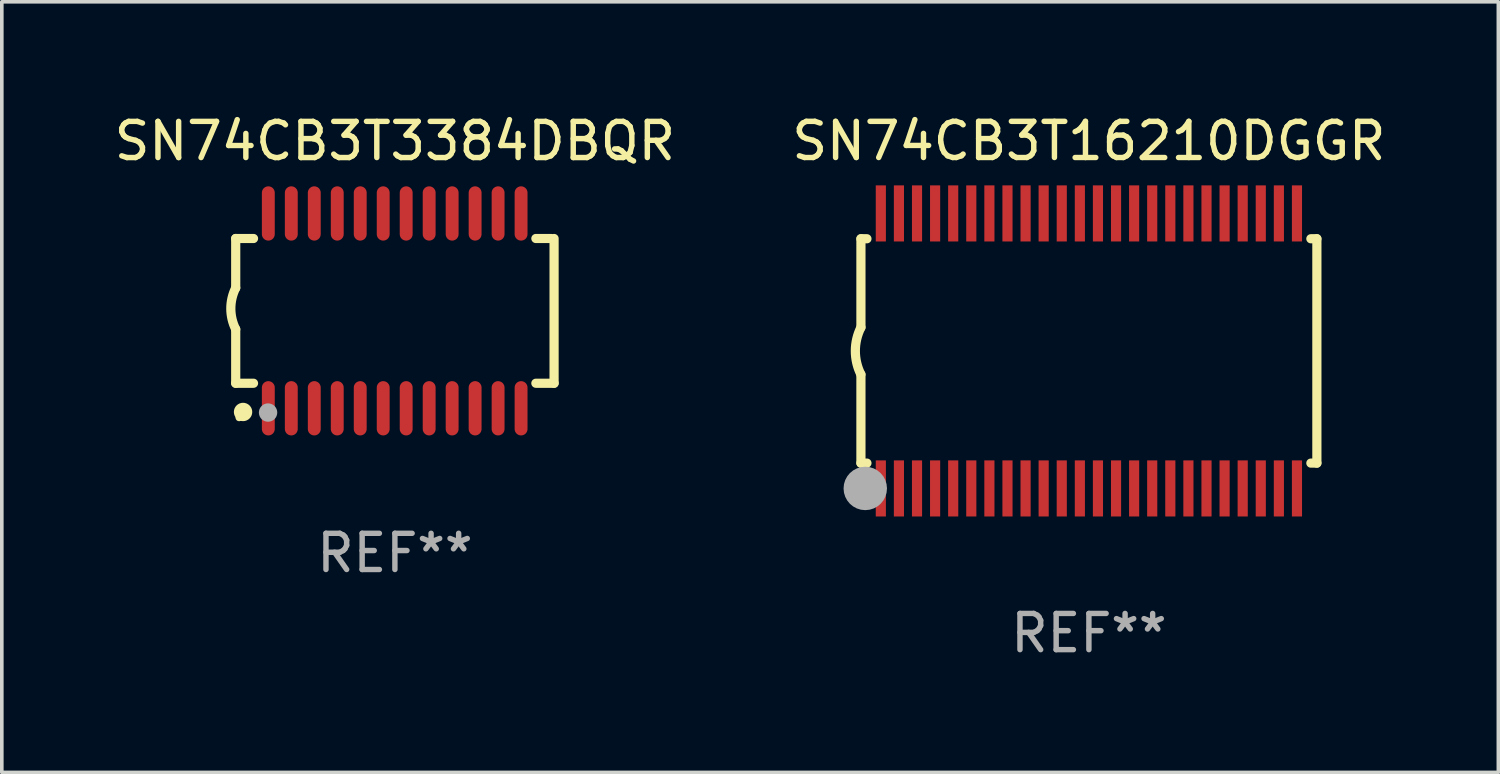
<source format=kicad_pcb>
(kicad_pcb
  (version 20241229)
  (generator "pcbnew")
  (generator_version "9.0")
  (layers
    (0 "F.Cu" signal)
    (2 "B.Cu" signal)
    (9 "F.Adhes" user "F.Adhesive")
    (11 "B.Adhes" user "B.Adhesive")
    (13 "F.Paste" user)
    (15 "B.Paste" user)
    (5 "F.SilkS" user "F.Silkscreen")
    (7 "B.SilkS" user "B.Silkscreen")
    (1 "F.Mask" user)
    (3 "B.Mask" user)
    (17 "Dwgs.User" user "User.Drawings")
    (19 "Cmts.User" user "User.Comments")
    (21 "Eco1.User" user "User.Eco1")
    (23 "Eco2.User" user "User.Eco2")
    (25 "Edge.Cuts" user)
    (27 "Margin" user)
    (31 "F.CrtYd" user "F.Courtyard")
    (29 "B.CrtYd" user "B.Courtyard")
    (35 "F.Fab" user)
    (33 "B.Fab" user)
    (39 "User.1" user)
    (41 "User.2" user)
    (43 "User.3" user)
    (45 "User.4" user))
  (footprint "SN74CB3T16210DGGR"
    (layer "F.Cu")
    (at 27.042 6.648)
    (property "Reference" "SN74CB3T16210DGGR" (at 0 -5.8 0) (layer "F.SilkS") (effects (font (size 1 1) (thickness 0.15))))
    (attr through_hole)
    (fp_line (start -6.3 -3.1) (end -6.3 -0.65) (stroke (width 0.254) (type solid)) (layer "F.SilkS"))
    (fp_line (start -6.3 -3.1) (end -6.134 -3.1) (stroke (width 0.254) (type solid)) (layer "F.SilkS"))
    (fp_line (start -6.3 3.1) (end -6.3 0.65) (stroke (width 0.254) (type solid)) (layer "F.SilkS"))
    (fp_line (start -6.3 3.1) (end -6.134 3.1) (stroke (width 0.254) (type solid)) (layer "F.SilkS"))
    (fp_line (start 6.134 -3.1) (end 6.3 -3.1) (stroke (width 0.254) (type solid)) (layer "F.SilkS"))
    (fp_line (start 6.134 3.1) (end 6.3 3.1) (stroke (width 0.254) (type solid)) (layer "F.SilkS"))
    (fp_line (start 6.3 -3.1) (end 6.3 3.1) (stroke (width 0.254) (type solid)) (layer "F.SilkS"))
    (fp_arc (start -6.301016 0.650114) (mid -6.45413 -0.000082) (end -6.3 -0.650038) (stroke (width 0.254001) (type solid)) (layer "F.SilkS"))
    (fp_circle (center -6.35 3.81) (end -6.223 3.81) (stroke (width 0.254) (type solid)) (fill no) (layer "F.SilkS"))
    (fp_circle (center -6.25 4.05) (end -6.22 4.05) (stroke (width 0.06) (type solid)) (fill no) (layer "F.SilkS"))
    (fp_circle (center -6.18 3.8) (end -5.88 3.8) (stroke (width 0.6) (type solid)) (fill no) (layer "F.Fab"))
    (fp_text user "REF**" (at 0 7.8 0) (layer "F.Fab") (effects (font (size 1 1) (thickness 0.15))))
    (pad "1" smd rect (at -5.75 3.8) (size 0.28 1.55) (layers "F.Cu" "F.Mask" "F.Paste"))
    (pad "2" smd rect (at -5.25 3.8) (size 0.28 1.55) (layers "F.Cu" "F.Mask" "F.Paste"))
    (pad "3" smd rect (at -4.75 3.8) (size 0.28 1.55) (layers "F.Cu" "F.Mask" "F.Paste"))
    (pad "4" smd rect (at -4.25 3.8) (size 0.28 1.55) (layers "F.Cu" "F.Mask" "F.Paste"))
    (pad "5" smd rect (at -3.75 3.8) (size 0.28 1.55) (layers "F.Cu" "F.Mask" "F.Paste"))
    (pad "6" smd rect (at -3.25 3.8) (size 0.28 1.55) (layers "F.Cu" "F.Mask" "F.Paste"))
    (pad "7" smd rect (at -2.75 3.8) (size 0.28 1.55) (layers "F.Cu" "F.Mask" "F.Paste"))
    (pad "8" smd rect (at -2.25 3.8) (size 0.28 1.55) (layers "F.Cu" "F.Mask" "F.Paste"))
    (pad "9" smd rect (at -1.75 3.8) (size 0.28 1.55) (layers "F.Cu" "F.Mask" "F.Paste"))
    (pad "10" smd rect (at -1.25 3.8) (size 0.28 1.55) (layers "F.Cu" "F.Mask" "F.Paste"))
    (pad "11" smd rect (at -0.75 3.8) (size 0.28 1.55) (layers "F.Cu" "F.Mask" "F.Paste"))
    (pad "12" smd rect (at -0.25 3.8) (size 0.28 1.55) (layers "F.Cu" "F.Mask" "F.Paste"))
    (pad "13" smd rect (at 0.25 3.8) (size 0.28 1.55) (layers "F.Cu" "F.Mask" "F.Paste"))
    (pad "14" smd rect (at 0.75 3.8) (size 0.28 1.55) (layers "F.Cu" "F.Mask" "F.Paste"))
    (pad "15" smd rect (at 1.25 3.8) (size 0.28 1.55) (layers "F.Cu" "F.Mask" "F.Paste"))
    (pad "16" smd rect (at 1.75 3.8) (size 0.28 1.55) (layers "F.Cu" "F.Mask" "F.Paste"))
    (pad "17" smd rect (at 2.25 3.8) (size 0.28 1.55) (layers "F.Cu" "F.Mask" "F.Paste"))
    (pad "18" smd rect (at 2.75 3.8) (size 0.28 1.55) (layers "F.Cu" "F.Mask" "F.Paste"))
    (pad "19" smd rect (at 3.25 3.8) (size 0.28 1.55) (layers "F.Cu" "F.Mask" "F.Paste"))
    (pad "20" smd rect (at 3.75 3.8) (size 0.28 1.55) (layers "F.Cu" "F.Mask" "F.Paste"))
    (pad "21" smd rect (at 4.25 3.8) (size 0.28 1.55) (layers "F.Cu" "F.Mask" "F.Paste"))
    (pad "22" smd rect (at 4.75 3.8) (size 0.28 1.55) (layers "F.Cu" "F.Mask" "F.Paste"))
    (pad "23" smd rect (at 5.25 3.8) (size 0.28 1.55) (layers "F.Cu" "F.Mask" "F.Paste"))
    (pad "24" smd rect (at 5.75 3.8) (size 0.28 1.55) (layers "F.Cu" "F.Mask" "F.Paste"))
    (pad "25" smd rect (at 5.75 -3.8) (size 0.28 1.55) (layers "F.Cu" "F.Mask" "F.Paste"))
    (pad "26" smd rect (at 5.25 -3.8) (size 0.28 1.55) (layers "F.Cu" "F.Mask" "F.Paste"))
    (pad "27" smd rect (at 4.75 -3.8) (size 0.28 1.55) (layers "F.Cu" "F.Mask" "F.Paste"))
    (pad "28" smd rect (at 4.25 -3.8) (size 0.28 1.55) (layers "F.Cu" "F.Mask" "F.Paste"))
    (pad "29" smd rect (at 3.75 -3.8) (size 0.28 1.55) (layers "F.Cu" "F.Mask" "F.Paste"))
    (pad "30" smd rect (at 3.25 -3.8) (size 0.28 1.55) (layers "F.Cu" "F.Mask" "F.Paste"))
    (pad "31" smd rect (at 2.75 -3.8) (size 0.28 1.55) (layers "F.Cu" "F.Mask" "F.Paste"))
    (pad "32" smd rect (at 2.25 -3.8) (size 0.28 1.55) (layers "F.Cu" "F.Mask" "F.Paste"))
    (pad "33" smd rect (at 1.75 -3.8) (size 0.28 1.55) (layers "F.Cu" "F.Mask" "F.Paste"))
    (pad "34" smd rect (at 1.25 -3.8) (size 0.28 1.55) (layers "F.Cu" "F.Mask" "F.Paste"))
    (pad "35" smd rect (at 0.75 -3.8) (size 0.28 1.55) (layers "F.Cu" "F.Mask" "F.Paste"))
    (pad "36" smd rect (at 0.25 -3.8) (size 0.28 1.55) (layers "F.Cu" "F.Mask" "F.Paste"))
    (pad "37" smd rect (at -0.25 -3.8) (size 0.28 1.55) (layers "F.Cu" "F.Mask" "F.Paste"))
    (pad "38" smd rect (at -0.75 -3.8) (size 0.28 1.55) (layers "F.Cu" "F.Mask" "F.Paste"))
    (pad "39" smd rect (at -1.25 -3.8) (size 0.28 1.55) (layers "F.Cu" "F.Mask" "F.Paste"))
    (pad "40" smd rect (at -1.75 -3.8) (size 0.28 1.55) (layers "F.Cu" "F.Mask" "F.Paste"))
    (pad "41" smd rect (at -2.25 -3.8) (size 0.28 1.55) (layers "F.Cu" "F.Mask" "F.Paste"))
    (pad "42" smd rect (at -2.75 -3.8) (size 0.28 1.55) (layers "F.Cu" "F.Mask" "F.Paste"))
    (pad "43" smd rect (at -3.25 -3.8) (size 0.28 1.55) (layers "F.Cu" "F.Mask" "F.Paste"))
    (pad "44" smd rect (at -3.75 -3.8) (size 0.28 1.55) (layers "F.Cu" "F.Mask" "F.Paste"))
    (pad "45" smd rect (at -4.25 -3.8) (size 0.28 1.55) (layers "F.Cu" "F.Mask" "F.Paste"))
    (pad "46" smd rect (at -4.75 -3.8) (size 0.28 1.55) (layers "F.Cu" "F.Mask" "F.Paste"))
    (pad "47" smd rect (at -5.25 -3.8) (size 0.28 1.55) (layers "F.Cu" "F.Mask" "F.Paste"))
    (pad "48" smd rect (at -5.75 -3.8) (size 0.28 1.55) (layers "F.Cu" "F.Mask" "F.Paste")))
  (footprint "SN74CB3T3384DBQR"
    (layer "F.Cu")
    (at 7.863 5.541)
    (property "Reference" "SN74CB3T3384DBQR" (at 0 -4.692 0) (layer "F.SilkS") (effects (font (size 1 1) (thickness 0.15))))
    (attr through_hole)
    (fp_line (start -4.399 -2) (end -4.399 -0.635) (stroke (width 0.254) (type solid)) (layer "F.SilkS"))
    (fp_line (start -4.399 -2) (end -3.907 -2) (stroke (width 0.254) (type solid)) (layer "F.SilkS"))
    (fp_line (start -4.399 2) (end -4.399 0.508) (stroke (width 0.254) (type solid)) (layer "F.SilkS"))
    (fp_line (start -4.399 2) (end -3.907 2) (stroke (width 0.254) (type solid)) (layer "F.SilkS"))
    (fp_line (start 3.896 -2) (end 4.313 -2) (stroke (width 0.254) (type solid)) (layer "F.SilkS"))
    (fp_line (start 3.896 2) (end 4.399 2) (stroke (width 0.254) (type solid)) (layer "F.SilkS"))
    (fp_line (start 4.399 2) (end 4.399 -2) (stroke (width 0.254) (type solid)) (layer "F.SilkS"))
    (fp_arc (start -4.399301 0.508001) (mid -4.534214 -0.0635) (end -4.399301 -0.635001) (stroke (width 0.254001) (type solid)) (layer "F.SilkS"))
    (fp_circle (center -4.305 2.95) (end -4.255 2.95) (stroke (width 0.1) (type solid)) (fill no) (layer "F.SilkS"))
    (fp_circle (center -4.196 2.794) (end -4.069 2.794) (stroke (width 0.254) (type solid)) (fill no) (layer "F.SilkS"))
    (fp_circle (center -3.505 2.81) (end -3.378 2.81) (stroke (width 0.254) (type solid)) (fill no) (layer "F.Fab"))
    (fp_text user "REF**" (at 0 6.692 0) (layer "F.Fab") (effects (font (size 1 1) (thickness 0.15))))
    (pad "1" smd oval (at -3.498 2.692 90) (size 1.5 0.356) (layers "F.Cu" "F.Mask" "F.Paste"))
    (pad "2" smd oval (at -2.863 2.692 90) (size 1.5 0.356) (layers "F.Cu" "F.Mask" "F.Paste"))
    (pad "3" smd oval (at -2.228 2.692 90) (size 1.5 0.356) (layers "F.Cu" "F.Mask" "F.Paste"))
    (pad "4" smd oval (at -1.593 2.692 90) (size 1.5 0.356) (layers "F.Cu" "F.Mask" "F.Paste"))
    (pad "5" smd oval (at -0.958 2.692 90) (size 1.5 0.356) (layers "F.Cu" "F.Mask" "F.Paste"))
    (pad "6" smd oval (at -0.323 2.692 90) (size 1.5 0.356) (layers "F.Cu" "F.Mask" "F.Paste"))
    (pad "7" smd oval (at 0.312 2.692 90) (size 1.5 0.356) (layers "F.Cu" "F.Mask" "F.Paste"))
    (pad "8" smd oval (at 0.947 2.692 90) (size 1.5 0.356) (layers "F.Cu" "F.Mask" "F.Paste"))
    (pad "9" smd oval (at 1.582 2.692 90) (size 1.5 0.356) (layers "F.Cu" "F.Mask" "F.Paste"))
    (pad "10" smd oval (at 2.217 2.692 90) (size 1.5 0.356) (layers "F.Cu" "F.Mask" "F.Paste"))
    (pad "11" smd oval (at 2.852 2.692 90) (size 1.5 0.356) (layers "F.Cu" "F.Mask" "F.Paste"))
    (pad "12" smd oval (at 3.487 2.692 90) (size 1.5 0.356) (layers "F.Cu" "F.Mask" "F.Paste"))
    (pad "13" smd oval (at 3.487 -2.692 90) (size 1.5 0.356) (layers "F.Cu" "F.Mask" "F.Paste"))
    (pad "14" smd oval (at 2.852 -2.692 90) (size 1.5 0.356) (layers "F.Cu" "F.Mask" "F.Paste"))
    (pad "15" smd oval (at 2.217 -2.692 90) (size 1.5 0.356) (layers "F.Cu" "F.Mask" "F.Paste"))
    (pad "16" smd oval (at 1.582 -2.692 90) (size 1.5 0.356) (layers "F.Cu" "F.Mask" "F.Paste"))
    (pad "17" smd oval (at 0.947 -2.692 90) (size 1.5 0.356) (layers "F.Cu" "F.Mask" "F.Paste"))
    (pad "18" smd oval (at 0.312 -2.692 90) (size 1.5 0.356) (layers "F.Cu" "F.Mask" "F.Paste"))
    (pad "19" smd oval (at -0.323 -2.692 90) (size 1.5 0.356) (layers "F.Cu" "F.Mask" "F.Paste"))
    (pad "20" smd oval (at -0.958 -2.692 90) (size 1.5 0.356) (layers "F.Cu" "F.Mask" "F.Paste"))
    (pad "21" smd oval (at -1.593 -2.692 90) (size 1.5 0.356) (layers "F.Cu" "F.Mask" "F.Paste"))
    (pad "22" smd oval (at -2.228 -2.692 90) (size 1.5 0.356) (layers "F.Cu" "F.Mask" "F.Paste"))
    (pad "23" smd oval (at -2.863 -2.692 90) (size 1.5 0.356) (layers "F.Cu" "F.Mask" "F.Paste"))
    (pad "24" smd oval (at -3.498 -2.692 90) (size 1.5 0.356) (layers "F.Cu" "F.Mask" "F.Paste")))
  (gr_rect
    (start -3 -3)
    (end 38.357 18.296)
    (stroke (width 0.1) (type default))
    (fill no)
    (layer "Edge.Cuts")))
</source>
